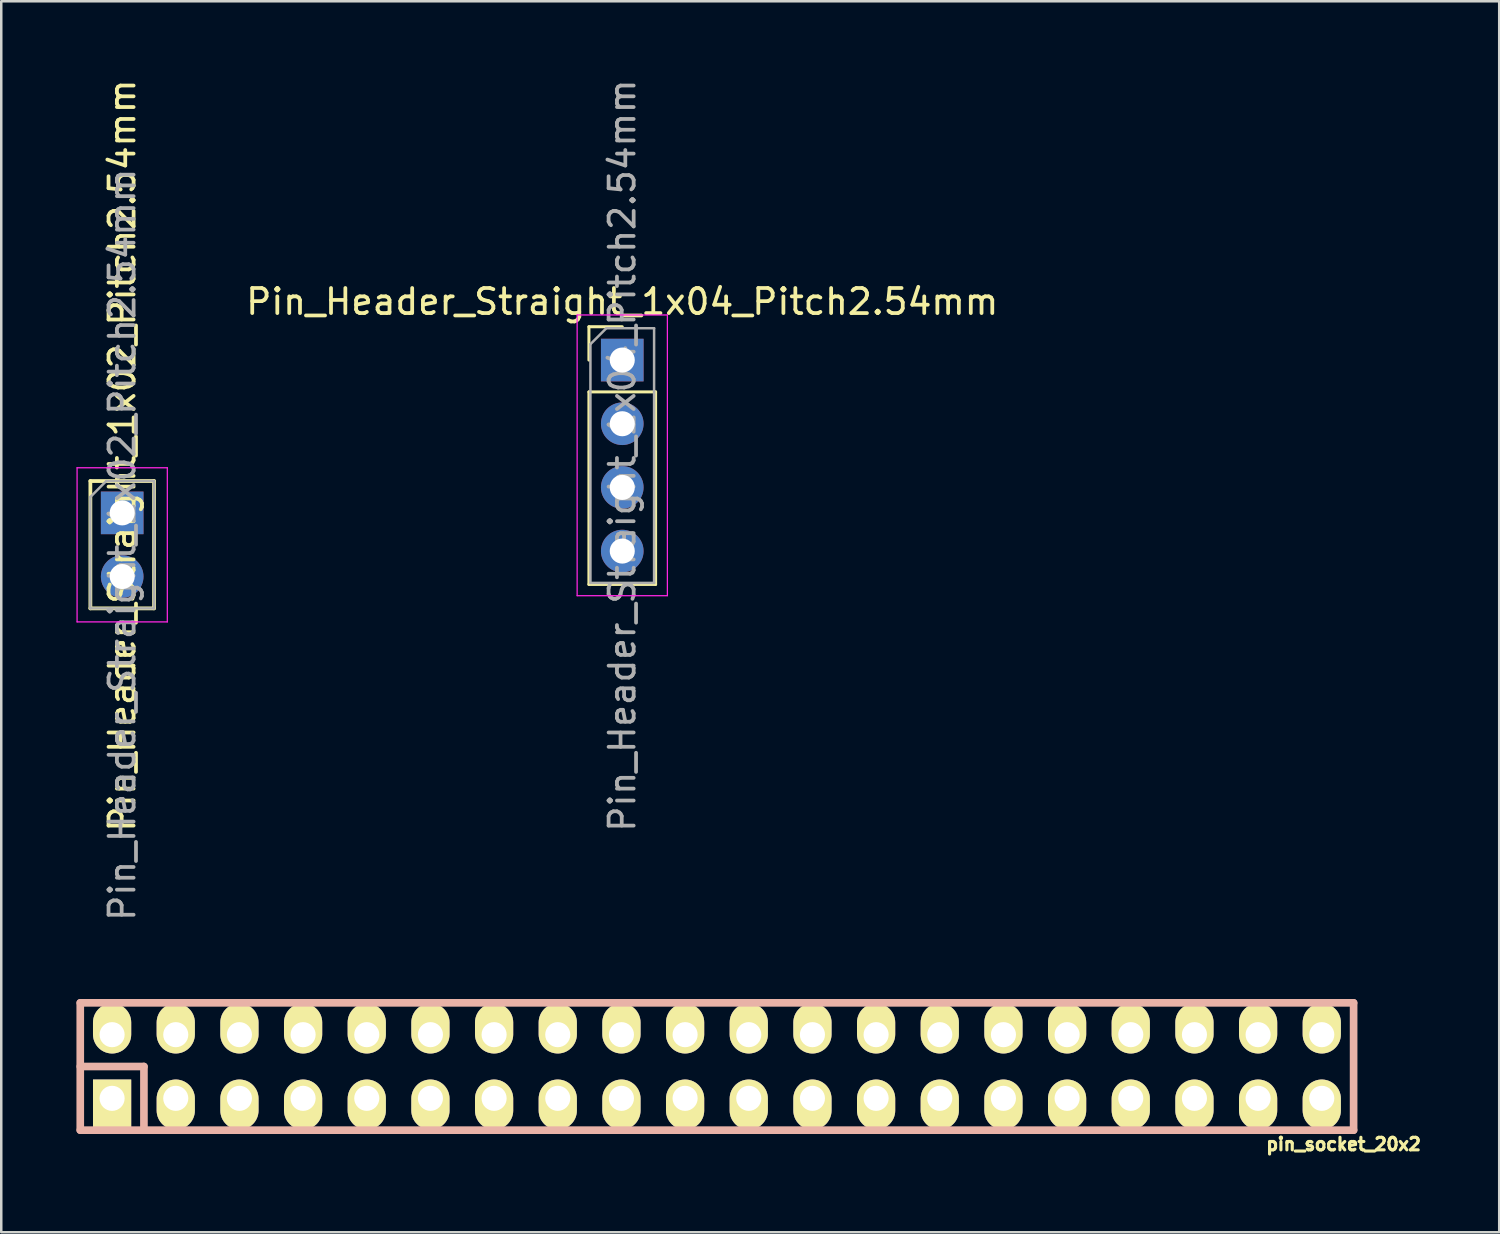
<source format=kicad_pcb>
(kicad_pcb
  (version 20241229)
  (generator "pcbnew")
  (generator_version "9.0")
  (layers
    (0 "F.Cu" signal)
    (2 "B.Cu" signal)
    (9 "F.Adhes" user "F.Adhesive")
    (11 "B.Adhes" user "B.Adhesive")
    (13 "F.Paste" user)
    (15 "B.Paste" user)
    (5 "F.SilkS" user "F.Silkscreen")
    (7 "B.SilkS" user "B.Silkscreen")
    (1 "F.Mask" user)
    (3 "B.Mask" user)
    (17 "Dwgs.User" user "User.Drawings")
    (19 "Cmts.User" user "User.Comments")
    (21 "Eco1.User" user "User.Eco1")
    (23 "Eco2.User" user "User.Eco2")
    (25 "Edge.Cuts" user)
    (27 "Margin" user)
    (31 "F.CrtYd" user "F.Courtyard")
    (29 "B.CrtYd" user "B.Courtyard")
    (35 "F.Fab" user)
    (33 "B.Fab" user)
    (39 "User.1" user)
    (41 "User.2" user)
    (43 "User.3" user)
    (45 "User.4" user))
  (footprint "Pin_Header_Straight_1x04_Pitch2.54mm"
    (layer "F.Cu")
    (at 21.775 11.315)
    (property "Reference" "Pin_Header_Straight_1x04_Pitch2.54mm" (at 0 -2.33 0) (layer "F.SilkS") (effects (font (size 1 1) (thickness 0.15))))
    (attr through_hole)
    (fp_line (start -1.33 -1.33) (end 0 -1.33) (stroke (width 0.12) (type solid)) (layer "F.SilkS"))
    (fp_line (start -1.33 0) (end -1.33 -1.33) (stroke (width 0.12) (type solid)) (layer "F.SilkS"))
    (fp_line (start -1.33 1.27) (end -1.33 8.95) (stroke (width 0.12) (type solid)) (layer "F.SilkS"))
    (fp_line (start -1.33 1.27) (end 1.33 1.27) (stroke (width 0.12) (type solid)) (layer "F.SilkS"))
    (fp_line (start -1.33 8.95) (end 1.33 8.95) (stroke (width 0.12) (type solid)) (layer "F.SilkS"))
    (fp_line (start 1.33 1.27) (end 1.33 8.95) (stroke (width 0.12) (type solid)) (layer "F.SilkS"))
    (fp_line (start -1.8 -1.8) (end -1.8 9.4) (stroke (width 0.05) (type solid)) (layer "F.CrtYd"))
    (fp_line (start -1.8 9.4) (end 1.8 9.4) (stroke (width 0.05) (type solid)) (layer "F.CrtYd"))
    (fp_line (start 1.8 -1.8) (end -1.8 -1.8) (stroke (width 0.05) (type solid)) (layer "F.CrtYd"))
    (fp_line (start 1.8 9.4) (end 1.8 -1.8) (stroke (width 0.05) (type solid)) (layer "F.CrtYd"))
    (fp_line (start -1.27 -0.635) (end -0.635 -1.27) (stroke (width 0.1) (type solid)) (layer "F.Fab"))
    (fp_line (start -1.27 8.89) (end -1.27 -0.635) (stroke (width 0.1) (type solid)) (layer "F.Fab"))
    (fp_line (start -0.635 -1.27) (end 1.27 -1.27) (stroke (width 0.1) (type solid)) (layer "F.Fab"))
    (fp_line (start 1.27 -1.27) (end 1.27 8.89) (stroke (width 0.1) (type solid)) (layer "F.Fab"))
    (fp_line (start 1.27 8.89) (end -1.27 8.89) (stroke (width 0.1) (type solid)) (layer "F.Fab"))
    (fp_text user "${REFERENCE}" (at 0 3.81 90) (layer "F.Fab") (effects (font (size 1 1) (thickness 0.15))))
    (pad "1" thru_hole rect (at 0 0) (size 1.7 1.7) (drill 1) (layers "*.Cu" "*.Mask"))
    (pad "2" thru_hole oval (at 0 2.54) (size 1.7 1.7) (drill 1) (layers "*.Cu" "*.Mask"))
    (pad "3" thru_hole oval (at 0 5.08) (size 1.7 1.7) (drill 1) (layers "*.Cu" "*.Mask"))
    (pad "4" thru_hole oval (at 0 7.62) (size 1.7 1.7) (drill 1) (layers "*.Cu" "*.Mask")))
  (footprint "Pin_Header_Straight_1x02_Pitch2.54mm"
    (layer "F.Cu")
    (at 1.825 17.411)
    (property "Reference" "Pin_Header_Straight_1x02_Pitch2.54mm" (at 0 -2.286 90) (layer "F.SilkS") (effects (font (size 1 1) (thickness 0.15))))
    (attr through_hole)
    (fp_line (start -1.27 -1.27) (end -1.27 3.81) (stroke (width 0.15) (type solid)) (layer "F.SilkS"))
    (fp_line (start -1.27 3.81) (end 1.27 3.81) (stroke (width 0.15) (type solid)) (layer "F.SilkS"))
    (fp_line (start 1.27 -1.27) (end -1.27 -1.27) (stroke (width 0.15) (type solid)) (layer "F.SilkS"))
    (fp_line (start 1.27 3.81) (end 1.27 -1.27) (stroke (width 0.15) (type solid)) (layer "F.SilkS"))
    (fp_line (start -1.8 -1.8) (end -1.8 4.35) (stroke (width 0.05) (type solid)) (layer "F.CrtYd"))
    (fp_line (start -1.8 4.35) (end 1.8 4.35) (stroke (width 0.05) (type solid)) (layer "F.CrtYd"))
    (fp_line (start 1.8 -1.8) (end -1.8 -1.8) (stroke (width 0.05) (type solid)) (layer "F.CrtYd"))
    (fp_line (start 1.8 4.35) (end 1.8 -1.8) (stroke (width 0.05) (type solid)) (layer "F.CrtYd"))
    (fp_line (start -1.27 -0.635) (end -0.635 -1.27) (stroke (width 0.1) (type solid)) (layer "F.Fab"))
    (fp_line (start -1.27 3.81) (end -1.27 -0.635) (stroke (width 0.1) (type solid)) (layer "F.Fab"))
    (fp_line (start -0.635 -1.27) (end 1.27 -1.27) (stroke (width 0.1) (type solid)) (layer "F.Fab"))
    (fp_line (start 1.27 -1.27) (end 1.27 3.81) (stroke (width 0.1) (type solid)) (layer "F.Fab"))
    (fp_line (start 1.27 3.81) (end -1.27 3.81) (stroke (width 0.1) (type solid)) (layer "F.Fab"))
    (fp_text user "${REFERENCE}" (at 0 1.27 90) (layer "F.Fab") (effects (font (size 1 1) (thickness 0.15))))
    (pad "1" thru_hole rect (at 0 0) (size 1.7 1.7) (drill 1) (layers "*.Cu" "*.Mask"))
    (pad "2" thru_hole oval (at 0 2.54) (size 1.7 1.7) (drill 1) (layers "*.Cu" "*.Mask")))
  (footprint "pin_socket_20x2"
    (layer "F.Cu")
    (at 25.552 39.498)
    (property "Reference" "pin_socket_20x2" (at 25 3.1 0) (layer "F.SilkS") (effects (font (size 0.5 0.5) (thickness 0.125))))
    (attr through_hole)
    (fp_line (start -25.4 -2.54) (end -25.4 2.54) (stroke (width 0.305) (type solid)) (layer "B.SilkS"))
    (fp_line (start -25.4 -2.54) (end 25.4 -2.54) (stroke (width 0.305) (type solid)) (layer "B.SilkS"))
    (fp_line (start -25.4 0) (end -22.86 0) (stroke (width 0.305) (type solid)) (layer "B.SilkS"))
    (fp_line (start -22.86 0) (end -22.86 2.54) (stroke (width 0.305) (type solid)) (layer "B.SilkS"))
    (fp_line (start 25.4 2.54) (end -25.4 2.54) (stroke (width 0.305) (type solid)) (layer "B.SilkS"))
    (fp_line (start 25.4 2.54) (end 25.4 -2.54) (stroke (width 0.305) (type solid)) (layer "B.SilkS"))
    (pad "1" thru_hole rect (at -24.13 1.27) (size 1.524 1.999) (drill 1.001 (offset 0 0.249)) (layers "*.Cu" "*.Mask" "F.SilkS"))
    (pad "2" thru_hole oval (at -24.13 -1.27) (size 1.524 1.999) (drill 1.001 (offset 0 -0.249)) (layers "*.Cu" "*.Mask" "F.SilkS"))
    (pad "3" thru_hole oval (at -21.59 1.27) (size 1.524 1.999) (drill 1.001 (offset 0 0.249)) (layers "*.Cu" "*.Mask" "F.SilkS"))
    (pad "4" thru_hole oval (at -21.59 -1.27) (size 1.524 1.999) (drill 1.001 (offset 0 -0.249)) (layers "*.Cu" "*.Mask" "F.SilkS"))
    (pad "5" thru_hole oval (at -19.05 1.27) (size 1.524 1.999) (drill 1.001 (offset 0 0.249)) (layers "*.Cu" "*.Mask" "F.SilkS"))
    (pad "6" thru_hole oval (at -19.05 -1.27) (size 1.524 1.999) (drill 1.001 (offset 0 -0.249)) (layers "*.Cu" "*.Mask" "F.SilkS"))
    (pad "7" thru_hole oval (at -16.51 1.27) (size 1.524 1.999) (drill 1.001 (offset 0 0.249)) (layers "*.Cu" "*.Mask" "F.SilkS"))
    (pad "8" thru_hole oval (at -16.51 -1.27) (size 1.524 1.999) (drill 1.001 (offset 0 -0.249)) (layers "*.Cu" "*.Mask" "F.SilkS"))
    (pad "9" thru_hole oval (at -13.97 1.27) (size 1.524 1.999) (drill 1.001 (offset 0 0.249)) (layers "*.Cu" "*.Mask" "F.SilkS"))
    (pad "10" thru_hole oval (at -13.97 -1.27) (size 1.524 1.999) (drill 1.001 (offset 0 -0.249)) (layers "*.Cu" "*.Mask" "F.SilkS"))
    (pad "11" thru_hole oval (at -11.43 1.27) (size 1.524 1.999) (drill 1.001 (offset 0 0.249)) (layers "*.Cu" "*.Mask" "F.SilkS"))
    (pad "12" thru_hole oval (at -11.43 -1.27) (size 1.524 1.999) (drill 1.001 (offset 0 -0.249)) (layers "*.Cu" "*.Mask" "F.SilkS"))
    (pad "13" thru_hole oval (at -8.89 1.27) (size 1.524 1.999) (drill 1.001 (offset 0 0.249)) (layers "*.Cu" "*.Mask" "F.SilkS"))
    (pad "14" thru_hole oval (at -8.89 -1.27) (size 1.524 1.999) (drill 1.001 (offset 0 -0.249)) (layers "*.Cu" "*.Mask" "F.SilkS"))
    (pad "15" thru_hole oval (at -6.35 1.27) (size 1.524 1.999) (drill 1.001 (offset 0 0.249)) (layers "*.Cu" "*.Mask" "F.SilkS"))
    (pad "16" thru_hole oval (at -6.35 -1.27) (size 1.524 1.999) (drill 1.001 (offset 0 -0.249)) (layers "*.Cu" "*.Mask" "F.SilkS"))
    (pad "17" thru_hole oval (at -3.81 1.27) (size 1.524 1.999) (drill 1.001 (offset 0 0.249)) (layers "*.Cu" "*.Mask" "F.SilkS"))
    (pad "18" thru_hole oval (at -3.81 -1.27) (size 1.524 1.999) (drill 1.001 (offset 0 -0.249)) (layers "*.Cu" "*.Mask" "F.SilkS"))
    (pad "19" thru_hole oval (at -1.27 1.27) (size 1.524 1.999) (drill 1.001 (offset 0 0.249)) (layers "*.Cu" "*.Mask" "F.SilkS"))
    (pad "20" thru_hole oval (at -1.27 -1.27) (size 1.524 1.999) (drill 1.001 (offset 0 -0.249)) (layers "*.Cu" "*.Mask" "F.SilkS"))
    (pad "21" thru_hole oval (at 1.27 1.27) (size 1.524 1.999) (drill 1.001 (offset 0 0.249)) (layers "*.Cu" "*.Mask" "F.SilkS"))
    (pad "22" thru_hole oval (at 1.27 -1.27) (size 1.524 1.999) (drill 1.001 (offset 0 -0.249)) (layers "*.Cu" "*.Mask" "F.SilkS"))
    (pad "23" thru_hole oval (at 3.81 1.27) (size 1.524 1.999) (drill 1.001 (offset 0 0.249)) (layers "*.Cu" "*.Mask" "F.SilkS"))
    (pad "24" thru_hole oval (at 3.81 -1.27) (size 1.524 1.999) (drill 1.001 (offset 0 -0.249)) (layers "*.Cu" "*.Mask" "F.SilkS"))
    (pad "25" thru_hole oval (at 6.35 1.27) (size 1.524 1.999) (drill 1.001 (offset 0 0.249)) (layers "*.Cu" "*.Mask" "F.SilkS"))
    (pad "26" thru_hole oval (at 6.35 -1.27) (size 1.524 1.999) (drill 1.001 (offset 0 -0.249)) (layers "*.Cu" "*.Mask" "F.SilkS"))
    (pad "27" thru_hole oval (at 8.89 1.27) (size 1.524 1.999) (drill 1.001 (offset 0 0.249)) (layers "*.Cu" "*.Mask" "F.SilkS"))
    (pad "28" thru_hole oval (at 8.89 -1.27) (size 1.524 1.999) (drill 1.001 (offset 0 -0.249)) (layers "*.Cu" "*.Mask" "F.SilkS"))
    (pad "29" thru_hole oval (at 11.43 1.27) (size 1.524 1.999) (drill 1.001 (offset 0 0.249)) (layers "*.Cu" "*.Mask" "F.SilkS"))
    (pad "30" thru_hole oval (at 11.43 -1.27) (size 1.524 1.999) (drill 1.001 (offset 0 -0.249)) (layers "*.Cu" "*.Mask" "F.SilkS"))
    (pad "31" thru_hole oval (at 13.97 1.27) (size 1.524 1.999) (drill 1.001 (offset 0 0.249)) (layers "*.Cu" "*.Mask" "F.SilkS"))
    (pad "32" thru_hole oval (at 13.97 -1.27) (size 1.524 1.999) (drill 1.001 (offset 0 -0.249)) (layers "*.Cu" "*.Mask" "F.SilkS"))
    (pad "33" thru_hole oval (at 16.51 1.27) (size 1.524 1.999) (drill 1.001 (offset 0 0.249)) (layers "*.Cu" "*.Mask" "F.SilkS"))
    (pad "34" thru_hole oval (at 16.51 -1.27) (size 1.524 1.999) (drill 1.001 (offset 0 -0.249)) (layers "*.Cu" "*.Mask" "F.SilkS"))
    (pad "35" thru_hole oval (at 19.05 1.27) (size 1.524 1.999) (drill 1.001 (offset 0 0.249)) (layers "*.Cu" "*.Mask" "F.SilkS"))
    (pad "36" thru_hole oval (at 19.05 -1.27) (size 1.524 1.999) (drill 1.001 (offset 0 -0.249)) (layers "*.Cu" "*.Mask" "F.SilkS"))
    (pad "37" thru_hole oval (at 21.59 1.27) (size 1.524 1.999) (drill 1.001 (offset 0 0.249)) (layers "*.Cu" "*.Mask" "F.SilkS"))
    (pad "38" thru_hole oval (at 21.59 -1.27) (size 1.524 1.999) (drill 1.001 (offset 0 -0.249)) (layers "*.Cu" "*.Mask" "F.SilkS"))
    (pad "39" thru_hole oval (at 24.13 1.27) (size 1.524 1.999) (drill 1.001 (offset 0 0.249)) (layers "*.Cu" "*.Mask" "F.SilkS"))
    (pad "40" thru_hole oval (at 24.13 -1.27) (size 1.524 1.999) (drill 1.001 (offset 0 -0.249)) (layers "*.Cu" "*.Mask" "F.SilkS")))
  (gr_rect
    (start -3 -3)
    (end 56.761 46.11)
    (stroke (width 0.1) (type default))
    (fill no)
    (layer "Edge.Cuts")))
</source>
